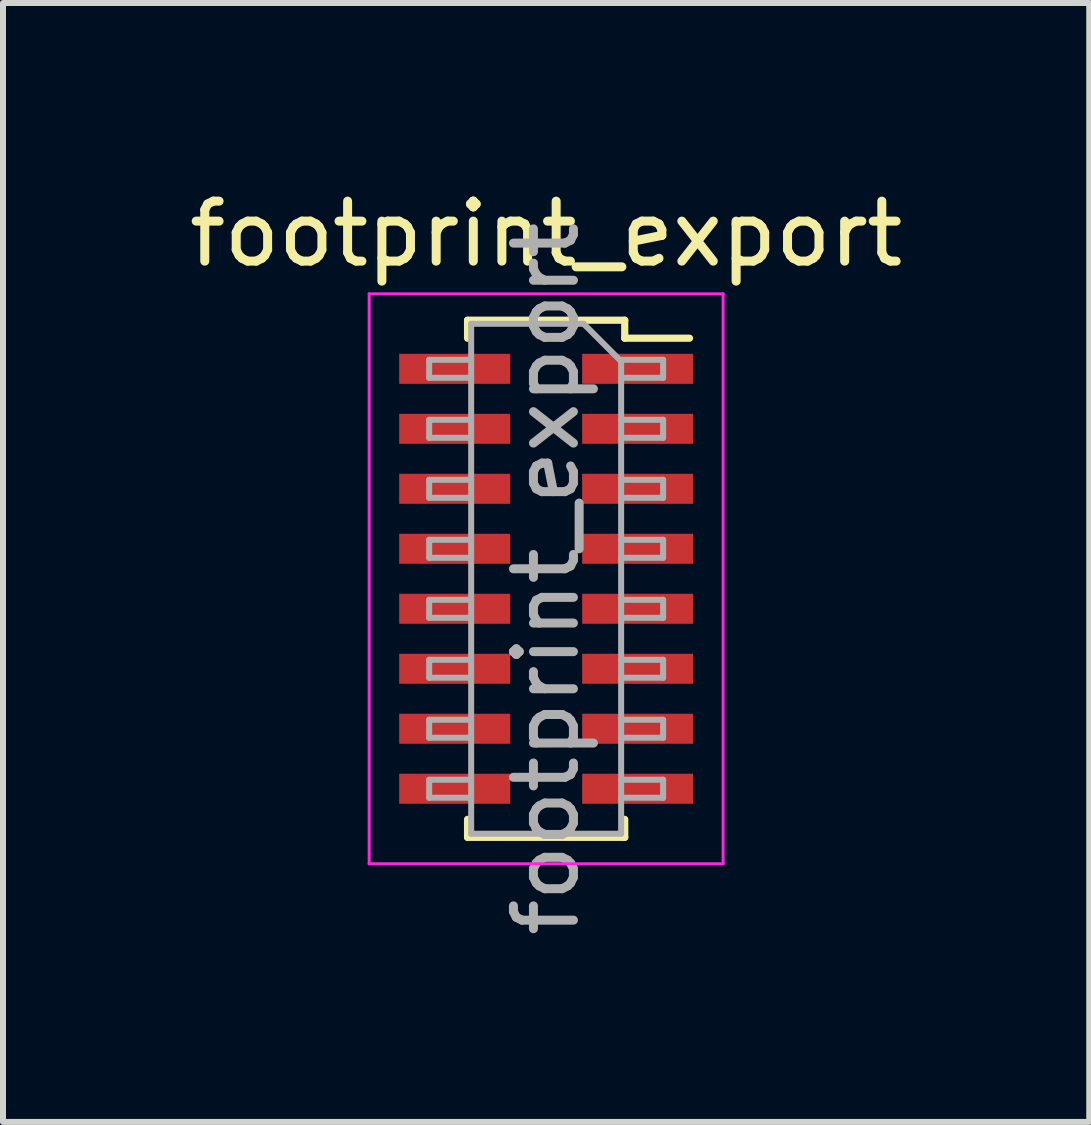
<source format=kicad_pcb>
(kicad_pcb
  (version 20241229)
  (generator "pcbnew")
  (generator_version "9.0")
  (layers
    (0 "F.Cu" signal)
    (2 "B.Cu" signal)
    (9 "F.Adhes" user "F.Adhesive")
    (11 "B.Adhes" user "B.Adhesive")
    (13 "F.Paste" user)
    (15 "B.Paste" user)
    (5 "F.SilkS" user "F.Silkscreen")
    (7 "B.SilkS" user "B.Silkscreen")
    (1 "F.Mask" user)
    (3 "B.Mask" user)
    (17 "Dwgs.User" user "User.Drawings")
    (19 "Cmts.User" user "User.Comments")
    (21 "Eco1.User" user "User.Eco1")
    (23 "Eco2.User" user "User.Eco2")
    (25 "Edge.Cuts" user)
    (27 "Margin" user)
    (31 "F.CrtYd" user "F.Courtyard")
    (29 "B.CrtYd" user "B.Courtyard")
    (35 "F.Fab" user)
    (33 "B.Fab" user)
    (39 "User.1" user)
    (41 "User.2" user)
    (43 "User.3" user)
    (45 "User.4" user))
  (footprint "footprint_export"
    (layer "F.Cu")
    (at 6.054 6.598)
    (property "Reference" "footprint_export" (at 0 -5.75 0) (layer "F.SilkS") (effects (font (size 1 1) (thickness 0.15))))
    (attr smd)
    (fp_line (start -1.31 -4.31) (end -1.31 -4.01) (stroke (width 0.12) (type solid)) (layer "F.SilkS"))
    (fp_line (start -1.31 -4.31) (end 1.31 -4.31) (stroke (width 0.12) (type solid)) (layer "F.SilkS"))
    (fp_line (start -1.31 4.01) (end -1.31 4.31) (stroke (width 0.12) (type solid)) (layer "F.SilkS"))
    (fp_line (start -1.31 4.31) (end 1.31 4.31) (stroke (width 0.12) (type solid)) (layer "F.SilkS"))
    (fp_line (start 1.31 -4.31) (end 1.31 -4.01) (stroke (width 0.12) (type solid)) (layer "F.SilkS"))
    (fp_line (start 1.31 -4.01) (end 2.39 -4.01) (stroke (width 0.12) (type solid)) (layer "F.SilkS"))
    (fp_line (start 1.31 4.01) (end 1.31 4.31) (stroke (width 0.12) (type solid)) (layer "F.SilkS"))
    (fp_line (start -2.95 -4.75) (end 2.95 -4.75) (stroke (width 0.05) (type solid)) (layer "F.CrtYd"))
    (fp_line (start -2.95 4.75) (end -2.95 -4.75) (stroke (width 0.05) (type solid)) (layer "F.CrtYd"))
    (fp_line (start 2.95 -4.75) (end 2.95 4.75) (stroke (width 0.05) (type solid)) (layer "F.CrtYd"))
    (fp_line (start 2.95 4.75) (end -2.95 4.75) (stroke (width 0.05) (type solid)) (layer "F.CrtYd"))
    (fp_line (start -1.95 -3.65) (end -1.25 -3.65) (stroke (width 0.1) (type solid)) (layer "F.Fab"))
    (fp_line (start -1.95 -3.35) (end -1.95 -3.65) (stroke (width 0.1) (type solid)) (layer "F.Fab"))
    (fp_line (start -1.95 -2.65) (end -1.25 -2.65) (stroke (width 0.1) (type solid)) (layer "F.Fab"))
    (fp_line (start -1.95 -2.35) (end -1.95 -2.65) (stroke (width 0.1) (type solid)) (layer "F.Fab"))
    (fp_line (start -1.95 -1.65) (end -1.25 -1.65) (stroke (width 0.1) (type solid)) (layer "F.Fab"))
    (fp_line (start -1.95 -1.35) (end -1.95 -1.65) (stroke (width 0.1) (type solid)) (layer "F.Fab"))
    (fp_line (start -1.95 -0.65) (end -1.25 -0.65) (stroke (width 0.1) (type solid)) (layer "F.Fab"))
    (fp_line (start -1.95 -0.35) (end -1.95 -0.65) (stroke (width 0.1) (type solid)) (layer "F.Fab"))
    (fp_line (start -1.95 0.35) (end -1.25 0.35) (stroke (width 0.1) (type solid)) (layer "F.Fab"))
    (fp_line (start -1.95 0.65) (end -1.95 0.35) (stroke (width 0.1) (type solid)) (layer "F.Fab"))
    (fp_line (start -1.95 1.35) (end -1.25 1.35) (stroke (width 0.1) (type solid)) (layer "F.Fab"))
    (fp_line (start -1.95 1.65) (end -1.95 1.35) (stroke (width 0.1) (type solid)) (layer "F.Fab"))
    (fp_line (start -1.95 2.35) (end -1.25 2.35) (stroke (width 0.1) (type solid)) (layer "F.Fab"))
    (fp_line (start -1.95 2.65) (end -1.95 2.35) (stroke (width 0.1) (type solid)) (layer "F.Fab"))
    (fp_line (start -1.95 3.35) (end -1.25 3.35) (stroke (width 0.1) (type solid)) (layer "F.Fab"))
    (fp_line (start -1.95 3.65) (end -1.95 3.35) (stroke (width 0.1) (type solid)) (layer "F.Fab"))
    (fp_line (start -1.25 -4.25) (end 0.625 -4.25) (stroke (width 0.1) (type solid)) (layer "F.Fab"))
    (fp_line (start -1.25 -3.35) (end -1.95 -3.35) (stroke (width 0.1) (type solid)) (layer "F.Fab"))
    (fp_line (start -1.25 -2.35) (end -1.95 -2.35) (stroke (width 0.1) (type solid)) (layer "F.Fab"))
    (fp_line (start -1.25 -1.35) (end -1.95 -1.35) (stroke (width 0.1) (type solid)) (layer "F.Fab"))
    (fp_line (start -1.25 -0.35) (end -1.95 -0.35) (stroke (width 0.1) (type solid)) (layer "F.Fab"))
    (fp_line (start -1.25 0.65) (end -1.95 0.65) (stroke (width 0.1) (type solid)) (layer "F.Fab"))
    (fp_line (start -1.25 1.65) (end -1.95 1.65) (stroke (width 0.1) (type solid)) (layer "F.Fab"))
    (fp_line (start -1.25 2.65) (end -1.95 2.65) (stroke (width 0.1) (type solid)) (layer "F.Fab"))
    (fp_line (start -1.25 3.65) (end -1.95 3.65) (stroke (width 0.1) (type solid)) (layer "F.Fab"))
    (fp_line (start -1.25 4.25) (end -1.25 -4.25) (stroke (width 0.1) (type solid)) (layer "F.Fab"))
    (fp_line (start 0.625 -4.25) (end 1.25 -3.625) (stroke (width 0.1) (type solid)) (layer "F.Fab"))
    (fp_line (start 1.25 -3.65) (end 1.95 -3.65) (stroke (width 0.1) (type solid)) (layer "F.Fab"))
    (fp_line (start 1.25 -3.625) (end 1.25 4.25) (stroke (width 0.1) (type solid)) (layer "F.Fab"))
    (fp_line (start 1.25 -2.65) (end 1.95 -2.65) (stroke (width 0.1) (type solid)) (layer "F.Fab"))
    (fp_line (start 1.25 -1.65) (end 1.95 -1.65) (stroke (width 0.1) (type solid)) (layer "F.Fab"))
    (fp_line (start 1.25 -0.65) (end 1.95 -0.65) (stroke (width 0.1) (type solid)) (layer "F.Fab"))
    (fp_line (start 1.25 0.35) (end 1.95 0.35) (stroke (width 0.1) (type solid)) (layer "F.Fab"))
    (fp_line (start 1.25 1.35) (end 1.95 1.35) (stroke (width 0.1) (type solid)) (layer "F.Fab"))
    (fp_line (start 1.25 2.35) (end 1.95 2.35) (stroke (width 0.1) (type solid)) (layer "F.Fab"))
    (fp_line (start 1.25 3.35) (end 1.95 3.35) (stroke (width 0.1) (type solid)) (layer "F.Fab"))
    (fp_line (start 1.25 4.25) (end -1.25 4.25) (stroke (width 0.1) (type solid)) (layer "F.Fab"))
    (fp_line (start 1.95 -3.65) (end 1.95 -3.35) (stroke (width 0.1) (type solid)) (layer "F.Fab"))
    (fp_line (start 1.95 -3.35) (end 1.25 -3.35) (stroke (width 0.1) (type solid)) (layer "F.Fab"))
    (fp_line (start 1.95 -2.65) (end 1.95 -2.35) (stroke (width 0.1) (type solid)) (layer "F.Fab"))
    (fp_line (start 1.95 -2.35) (end 1.25 -2.35) (stroke (width 0.1) (type solid)) (layer "F.Fab"))
    (fp_line (start 1.95 -1.65) (end 1.95 -1.35) (stroke (width 0.1) (type solid)) (layer "F.Fab"))
    (fp_line (start 1.95 -1.35) (end 1.25 -1.35) (stroke (width 0.1) (type solid)) (layer "F.Fab"))
    (fp_line (start 1.95 -0.65) (end 1.95 -0.35) (stroke (width 0.1) (type solid)) (layer "F.Fab"))
    (fp_line (start 1.95 -0.35) (end 1.25 -0.35) (stroke (width 0.1) (type solid)) (layer "F.Fab"))
    (fp_line (start 1.95 0.35) (end 1.95 0.65) (stroke (width 0.1) (type solid)) (layer "F.Fab"))
    (fp_line (start 1.95 0.65) (end 1.25 0.65) (stroke (width 0.1) (type solid)) (layer "F.Fab"))
    (fp_line (start 1.95 1.35) (end 1.95 1.65) (stroke (width 0.1) (type solid)) (layer "F.Fab"))
    (fp_line (start 1.95 1.65) (end 1.25 1.65) (stroke (width 0.1) (type solid)) (layer "F.Fab"))
    (fp_line (start 1.95 2.35) (end 1.95 2.65) (stroke (width 0.1) (type solid)) (layer "F.Fab"))
    (fp_line (start 1.95 2.65) (end 1.25 2.65) (stroke (width 0.1) (type solid)) (layer "F.Fab"))
    (fp_line (start 1.95 3.35) (end 1.95 3.65) (stroke (width 0.1) (type solid)) (layer "F.Fab"))
    (fp_line (start 1.95 3.65) (end 1.25 3.65) (stroke (width 0.1) (type solid)) (layer "F.Fab"))
    (fp_text user "${REFERENCE}" (at 0 0 90) (layer "F.Fab") (effects (font (size 1 1) (thickness 0.15))))
    (pad "1" smd rect (at 1.525 -3.5) (size 1.85 0.5) (layers "F.Cu" "F.Mask" "F.Paste"))
    (pad "2" smd rect (at -1.525 -3.5) (size 1.85 0.5) (layers "F.Cu" "F.Mask" "F.Paste"))
    (pad "3" smd rect (at 1.525 -2.5) (size 1.85 0.5) (layers "F.Cu" "F.Mask" "F.Paste"))
    (pad "4" smd rect (at -1.525 -2.5) (size 1.85 0.5) (layers "F.Cu" "F.Mask" "F.Paste"))
    (pad "5" smd rect (at 1.525 -1.5) (size 1.85 0.5) (layers "F.Cu" "F.Mask" "F.Paste"))
    (pad "6" smd rect (at -1.525 -1.5) (size 1.85 0.5) (layers "F.Cu" "F.Mask" "F.Paste"))
    (pad "7" smd rect (at 1.525 -0.5) (size 1.85 0.5) (layers "F.Cu" "F.Mask" "F.Paste"))
    (pad "8" smd rect (at -1.525 -0.5) (size 1.85 0.5) (layers "F.Cu" "F.Mask" "F.Paste"))
    (pad "9" smd rect (at 1.525 0.5) (size 1.85 0.5) (layers "F.Cu" "F.Mask" "F.Paste"))
    (pad "10" smd rect (at -1.525 0.5) (size 1.85 0.5) (layers "F.Cu" "F.Mask" "F.Paste"))
    (pad "11" smd rect (at 1.525 1.5) (size 1.85 0.5) (layers "F.Cu" "F.Mask" "F.Paste"))
    (pad "12" smd rect (at -1.525 1.5) (size 1.85 0.5) (layers "F.Cu" "F.Mask" "F.Paste"))
    (pad "13" smd rect (at 1.525 2.5) (size 1.85 0.5) (layers "F.Cu" "F.Mask" "F.Paste"))
    (pad "14" smd rect (at -1.525 2.5) (size 1.85 0.5) (layers "F.Cu" "F.Mask" "F.Paste"))
    (pad "15" smd rect (at 1.525 3.5) (size 1.85 0.5) (layers "F.Cu" "F.Mask" "F.Paste"))
    (pad "16" smd rect (at -1.525 3.5) (size 1.85 0.5) (layers "F.Cu" "F.Mask" "F.Paste")))
  (gr_rect
    (start -3 -3)
    (end 15.107 15.652)
    (stroke (width 0.1) (type default))
    (fill no)
    (layer "Edge.Cuts")))
</source>
